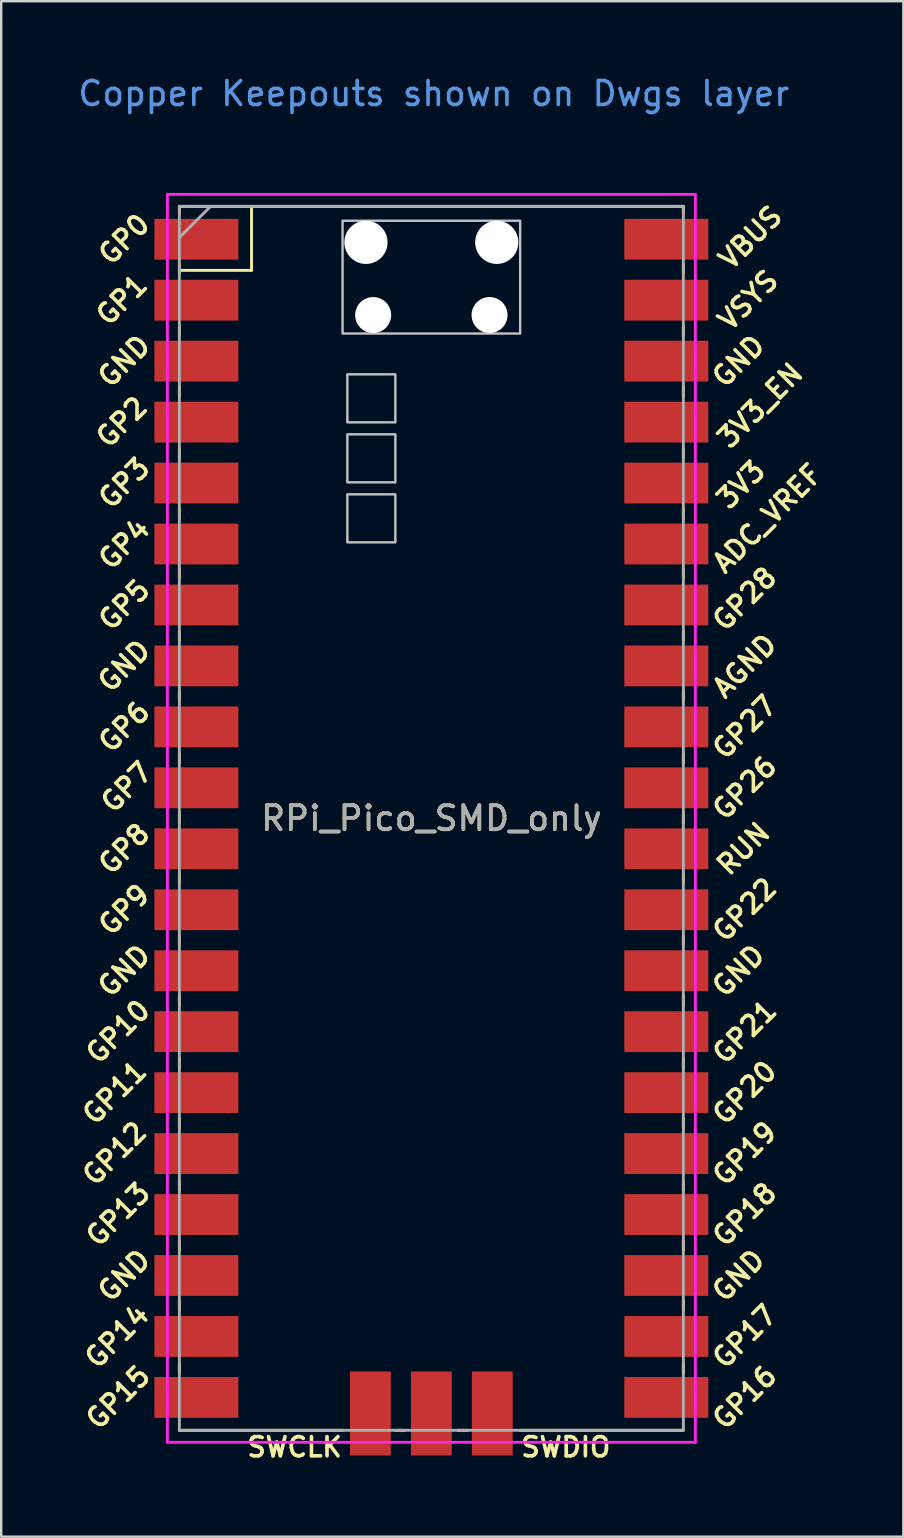
<source format=kicad_pcb>
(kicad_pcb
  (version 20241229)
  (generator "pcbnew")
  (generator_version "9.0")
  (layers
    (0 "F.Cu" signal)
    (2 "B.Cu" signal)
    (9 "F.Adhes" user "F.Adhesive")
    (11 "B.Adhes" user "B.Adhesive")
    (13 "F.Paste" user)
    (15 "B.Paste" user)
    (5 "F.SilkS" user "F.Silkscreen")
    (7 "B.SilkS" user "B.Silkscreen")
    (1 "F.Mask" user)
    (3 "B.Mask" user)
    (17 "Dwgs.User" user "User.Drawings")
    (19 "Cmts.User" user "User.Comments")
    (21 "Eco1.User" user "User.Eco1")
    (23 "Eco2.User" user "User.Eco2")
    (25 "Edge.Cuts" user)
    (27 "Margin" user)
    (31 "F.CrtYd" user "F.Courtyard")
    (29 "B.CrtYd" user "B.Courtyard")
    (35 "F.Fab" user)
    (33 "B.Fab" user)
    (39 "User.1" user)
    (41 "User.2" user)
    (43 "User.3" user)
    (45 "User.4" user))
  (footprint "RPi_Pico_SMD_only"
    (layer "F.Cu")
    (at 14.924 31.048)
    (property "Reference" "RPi_Pico_SMD_only" (at 0 0 0) (layer "F.SilkS") (effects (font (size 1 1) (thickness 0.15))))
    (attr through_hole)
    (fp_line (start -10.5 -25.5) (end -10.5 -25.2) (stroke (width 0.12) (type solid)) (layer "F.SilkS"))
    (fp_line (start -10.5 -25.5) (end 10.5 -25.5) (stroke (width 0.12) (type solid)) (layer "F.SilkS"))
    (fp_line (start -10.5 -23.1) (end -10.5 -22.7) (stroke (width 0.12) (type solid)) (layer "F.SilkS"))
    (fp_line (start -10.5 -22.833) (end -7.493 -22.833) (stroke (width 0.12) (type solid)) (layer "F.SilkS"))
    (fp_line (start -10.5 -20.5) (end -10.5 -20.1) (stroke (width 0.12) (type solid)) (layer "F.SilkS"))
    (fp_line (start -10.5 -18) (end -10.5 -17.6) (stroke (width 0.12) (type solid)) (layer "F.SilkS"))
    (fp_line (start -10.5 -15.4) (end -10.5 -15) (stroke (width 0.12) (type solid)) (layer "F.SilkS"))
    (fp_line (start -10.5 -12.9) (end -10.5 -12.5) (stroke (width 0.12) (type solid)) (layer "F.SilkS"))
    (fp_line (start -10.5 -10.4) (end -10.5 -10) (stroke (width 0.12) (type solid)) (layer "F.SilkS"))
    (fp_line (start -10.5 -7.8) (end -10.5 -7.4) (stroke (width 0.12) (type solid)) (layer "F.SilkS"))
    (fp_line (start -10.5 -5.3) (end -10.5 -4.9) (stroke (width 0.12) (type solid)) (layer "F.SilkS"))
    (fp_line (start -10.5 -2.7) (end -10.5 -2.3) (stroke (width 0.12) (type solid)) (layer "F.SilkS"))
    (fp_line (start -10.5 -0.2) (end -10.5 0.2) (stroke (width 0.12) (type solid)) (layer "F.SilkS"))
    (fp_line (start -10.5 2.3) (end -10.5 2.7) (stroke (width 0.12) (type solid)) (layer "F.SilkS"))
    (fp_line (start -10.5 4.9) (end -10.5 5.3) (stroke (width 0.12) (type solid)) (layer "F.SilkS"))
    (fp_line (start -10.5 7.4) (end -10.5 7.8) (stroke (width 0.12) (type solid)) (layer "F.SilkS"))
    (fp_line (start -10.5 10) (end -10.5 10.4) (stroke (width 0.12) (type solid)) (layer "F.SilkS"))
    (fp_line (start -10.5 12.5) (end -10.5 12.9) (stroke (width 0.12) (type solid)) (layer "F.SilkS"))
    (fp_line (start -10.5 15.1) (end -10.5 15.5) (stroke (width 0.12) (type solid)) (layer "F.SilkS"))
    (fp_line (start -10.5 17.6) (end -10.5 18) (stroke (width 0.12) (type solid)) (layer "F.SilkS"))
    (fp_line (start -10.5 20.1) (end -10.5 20.5) (stroke (width 0.12) (type solid)) (layer "F.SilkS"))
    (fp_line (start -10.5 22.7) (end -10.5 23.1) (stroke (width 0.12) (type solid)) (layer "F.SilkS"))
    (fp_line (start -7.493 -22.833) (end -7.493 -25.5) (stroke (width 0.12) (type solid)) (layer "F.SilkS"))
    (fp_line (start -3.7 25.5) (end -10.5 25.5) (stroke (width 0.12) (type solid)) (layer "F.SilkS"))
    (fp_line (start -1.5 25.5) (end -1.1 25.5) (stroke (width 0.12) (type solid)) (layer "F.SilkS"))
    (fp_line (start 1.1 25.5) (end 1.5 25.5) (stroke (width 0.12) (type solid)) (layer "F.SilkS"))
    (fp_line (start 10.5 -25.5) (end 10.5 -25.2) (stroke (width 0.12) (type solid)) (layer "F.SilkS"))
    (fp_line (start 10.5 -23.1) (end 10.5 -22.7) (stroke (width 0.12) (type solid)) (layer "F.SilkS"))
    (fp_line (start 10.5 -20.5) (end 10.5 -20.1) (stroke (width 0.12) (type solid)) (layer "F.SilkS"))
    (fp_line (start 10.5 -18) (end 10.5 -17.6) (stroke (width 0.12) (type solid)) (layer "F.SilkS"))
    (fp_line (start 10.5 -15.4) (end 10.5 -15) (stroke (width 0.12) (type solid)) (layer "F.SilkS"))
    (fp_line (start 10.5 -12.9) (end 10.5 -12.5) (stroke (width 0.12) (type solid)) (layer "F.SilkS"))
    (fp_line (start 10.5 -10.4) (end 10.5 -10) (stroke (width 0.12) (type solid)) (layer "F.SilkS"))
    (fp_line (start 10.5 -7.8) (end 10.5 -7.4) (stroke (width 0.12) (type solid)) (layer "F.SilkS"))
    (fp_line (start 10.5 -5.3) (end 10.5 -4.9) (stroke (width 0.12) (type solid)) (layer "F.SilkS"))
    (fp_line (start 10.5 -2.7) (end 10.5 -2.3) (stroke (width 0.12) (type solid)) (layer "F.SilkS"))
    (fp_line (start 10.5 -0.2) (end 10.5 0.2) (stroke (width 0.12) (type solid)) (layer "F.SilkS"))
    (fp_line (start 10.5 2.3) (end 10.5 2.7) (stroke (width 0.12) (type solid)) (layer "F.SilkS"))
    (fp_line (start 10.5 4.9) (end 10.5 5.3) (stroke (width 0.12) (type solid)) (layer "F.SilkS"))
    (fp_line (start 10.5 7.4) (end 10.5 7.8) (stroke (width 0.12) (type solid)) (layer "F.SilkS"))
    (fp_line (start 10.5 10) (end 10.5 10.4) (stroke (width 0.12) (type solid)) (layer "F.SilkS"))
    (fp_line (start 10.5 12.5) (end 10.5 12.9) (stroke (width 0.12) (type solid)) (layer "F.SilkS"))
    (fp_line (start 10.5 15.1) (end 10.5 15.5) (stroke (width 0.12) (type solid)) (layer "F.SilkS"))
    (fp_line (start 10.5 17.6) (end 10.5 18) (stroke (width 0.12) (type solid)) (layer "F.SilkS"))
    (fp_line (start 10.5 20.1) (end 10.5 20.5) (stroke (width 0.12) (type solid)) (layer "F.SilkS"))
    (fp_line (start 10.5 22.7) (end 10.5 23.1) (stroke (width 0.12) (type solid)) (layer "F.SilkS"))
    (fp_line (start 10.5 25.5) (end 3.7 25.5) (stroke (width 0.12) (type solid)) (layer "F.SilkS"))
    (fp_poly (pts (xy -1.5 -16.5) (xy -3.5 -16.5) (xy -3.5 -18.5) (xy -1.5 -18.5)) (stroke (width 0.1) (type solid)) (fill no) (layer "Dwgs.User"))
    (fp_poly (pts (xy -1.5 -14) (xy -3.5 -14) (xy -3.5 -16) (xy -1.5 -16)) (stroke (width 0.1) (type solid)) (fill no) (layer "Dwgs.User"))
    (fp_poly (pts (xy -1.5 -11.5) (xy -3.5 -11.5) (xy -3.5 -13.5) (xy -1.5 -13.5)) (stroke (width 0.1) (type solid)) (fill no) (layer "Dwgs.User"))
    (fp_poly (pts (xy 3.7 -20.2) (xy -3.7 -20.2) (xy -3.7 -24.9) (xy 3.7 -24.9)) (stroke (width 0.1) (type solid)) (fill no) (layer "Dwgs.User"))
    (fp_line (start -11 -26) (end 11 -26) (stroke (width 0.12) (type solid)) (layer "F.CrtYd"))
    (fp_line (start -11 26) (end -11 -26) (stroke (width 0.12) (type solid)) (layer "F.CrtYd"))
    (fp_line (start 11 -26) (end 11 26) (stroke (width 0.12) (type solid)) (layer "F.CrtYd"))
    (fp_line (start 11 26) (end -11 26) (stroke (width 0.12) (type solid)) (layer "F.CrtYd"))
    (fp_line (start -10.5 -25.5) (end 10.5 -25.5) (stroke (width 0.12) (type solid)) (layer "F.Fab"))
    (fp_line (start -10.5 -24.2) (end -9.2 -25.5) (stroke (width 0.12) (type solid)) (layer "F.Fab"))
    (fp_line (start -10.5 25.5) (end -10.5 -25.5) (stroke (width 0.12) (type solid)) (layer "F.Fab"))
    (fp_line (start 10.5 -25.5) (end 10.5 25.5) (stroke (width 0.12) (type solid)) (layer "F.Fab"))
    (fp_line (start 10.5 25.5) (end -10.5 25.5) (stroke (width 0.12) (type solid)) (layer "F.Fab"))
    (fp_text user "GP27" (at 13.054 -3.8 45) (layer "F.SilkS") (effects (font (size 0.8 0.8) (thickness 0.15))))
    (fp_text user "GP17" (at 13.054 21.59 45) (layer "F.SilkS") (effects (font (size 0.8 0.8) (thickness 0.15))))
    (fp_text user "GP5" (at -12.8 -8.89 45) (layer "F.SilkS") (effects (font (size 0.8 0.8) (thickness 0.15))))
    (fp_text user "GP1" (at -12.9 -21.6 45) (layer "F.SilkS") (effects (font (size 0.8 0.8) (thickness 0.15))))
    (fp_text user "GP19" (at 13.054 13.97 45) (layer "F.SilkS") (effects (font (size 0.8 0.8) (thickness 0.15))))
    (fp_text user "GP18" (at 13.054 16.51 45) (layer "F.SilkS") (effects (font (size 0.8 0.8) (thickness 0.15))))
    (fp_text user "VBUS" (at 13.3 -24.2 45) (layer "F.SilkS") (effects (font (size 0.8 0.8) (thickness 0.15))))
    (fp_text user "GP7" (at -12.7 -1.3 45) (layer "F.SilkS") (effects (font (size 0.8 0.8) (thickness 0.15))))
    (fp_text user "GP26" (at 13.054 -1.27 45) (layer "F.SilkS") (effects (font (size 0.8 0.8) (thickness 0.15))))
    (fp_text user "GP16" (at 13.054 24.13 45) (layer "F.SilkS") (effects (font (size 0.8 0.8) (thickness 0.15))))
    (fp_text user "3V3_EN" (at 13.7 -17.2 45) (layer "F.SilkS") (effects (font (size 0.8 0.8) (thickness 0.15))))
    (fp_text user "GP6" (at -12.8 -3.81 45) (layer "F.SilkS") (effects (font (size 0.8 0.8) (thickness 0.15))))
    (fp_text user "GP3" (at -12.8 -13.97 45) (layer "F.SilkS") (effects (font (size 0.8 0.8) (thickness 0.15))))
    (fp_text user "GP8" (at -12.8 1.27 45) (layer "F.SilkS") (effects (font (size 0.8 0.8) (thickness 0.15))))
    (fp_text user "GP22" (at 13.054 3.81 45) (layer "F.SilkS") (effects (font (size 0.8 0.8) (thickness 0.15))))
    (fp_text user "VSYS" (at 13.2 -21.59 45) (layer "F.SilkS") (effects (font (size 0.8 0.8) (thickness 0.15))))
    (fp_text user "GND" (at -12.8 -19.05 45) (layer "F.SilkS") (effects (font (size 0.8 0.8) (thickness 0.15))))
    (fp_text user "GND" (at -12.8 -6.35 45) (layer "F.SilkS") (effects (font (size 0.8 0.8) (thickness 0.15))))
    (fp_text user "AGND" (at 13.054 -6.35 45) (layer "F.SilkS") (effects (font (size 0.8 0.8) (thickness 0.15))))
    (fp_text user "GP20" (at 13.054 11.43 45) (layer "F.SilkS") (effects (font (size 0.8 0.8) (thickness 0.15))))
    (fp_text user "GND" (at 12.8 -19.05 45) (layer "F.SilkS") (effects (font (size 0.8 0.8) (thickness 0.15))))
    (fp_text user "3V3" (at 12.9 -13.9 45) (layer "F.SilkS") (effects (font (size 0.8 0.8) (thickness 0.15))))
    (fp_text user "GP11" (at -13.2 11.43 45) (layer "F.SilkS") (effects (font (size 0.8 0.8) (thickness 0.15))))
    (fp_text user "GP12" (at -13.2 13.97 45) (layer "F.SilkS") (effects (font (size 0.8 0.8) (thickness 0.15))))
    (fp_text user "SWDIO" (at 5.6 26.2 0) (layer "F.SilkS") (effects (font (size 0.8 0.8) (thickness 0.15))))
    (fp_text user "RUN" (at 13 1.27 45) (layer "F.SilkS") (effects (font (size 0.8 0.8) (thickness 0.15))))
    (fp_text user "GP10" (at -13.054 8.89 45) (layer "F.SilkS") (effects (font (size 0.8 0.8) (thickness 0.15))))
    (fp_text user "GND" (at -12.8 6.35 45) (layer "F.SilkS") (effects (font (size 0.8 0.8) (thickness 0.15))))
    (fp_text user "GP28" (at 13.054 -9.144 45) (layer "F.SilkS") (effects (font (size 0.8 0.8) (thickness 0.15))))
    (fp_text user "ADC_VREF" (at 14 -12.5 45) (layer "F.SilkS") (effects (font (size 0.8 0.8) (thickness 0.15))))
    (fp_text user "GP9" (at -12.8 3.81 45) (layer "F.SilkS") (effects (font (size 0.8 0.8) (thickness 0.15))))
    (fp_text user "GP13" (at -13.054 16.51 45) (layer "F.SilkS") (effects (font (size 0.8 0.8) (thickness 0.15))))
    (fp_text user "GP14" (at -13.1 21.59 45) (layer "F.SilkS") (effects (font (size 0.8 0.8) (thickness 0.15))))
    (fp_text user "GP0" (at -12.8 -24.13 45) (layer "F.SilkS") (effects (font (size 0.8 0.8) (thickness 0.15))))
    (fp_text user "GP4" (at -12.8 -11.43 45) (layer "F.SilkS") (effects (font (size 0.8 0.8) (thickness 0.15))))
    (fp_text user "GND" (at 12.8 19.05 45) (layer "F.SilkS") (effects (font (size 0.8 0.8) (thickness 0.15))))
    (fp_text user "SWCLK" (at -5.7 26.2 0) (layer "F.SilkS") (effects (font (size 0.8 0.8) (thickness 0.15))))
    (fp_text user "GND" (at 12.8 6.35 45) (layer "F.SilkS") (effects (font (size 0.8 0.8) (thickness 0.15))))
    (fp_text user "GP15" (at -13.054 24.13 45) (layer "F.SilkS") (effects (font (size 0.8 0.8) (thickness 0.15))))
    (fp_text user "GP21" (at 13.054 8.9 45) (layer "F.SilkS") (effects (font (size 0.8 0.8) (thickness 0.15))))
    (fp_text user "GND" (at -12.8 19.05 45) (layer "F.SilkS") (effects (font (size 0.8 0.8) (thickness 0.15))))
    (fp_text user "GP2" (at -12.9 -16.51 45) (layer "F.SilkS") (effects (font (size 0.8 0.8) (thickness 0.15))))
    (fp_text user "Copper Keepouts shown on Dwgs layer" (at 0.1 -30.2 0) (layer "Cmts.User") (effects (font (size 1 1) (thickness 0.15))))
    (fp_text user "${REFERENCE}" (at 0 0 180) (layer "F.Fab") (effects (font (size 1 1) (thickness 0.15))))
    (pad "" np_thru_hole oval (at -2.725 -24) (size 1.8 1.8) (drill 1.8) (layers "*.Cu" "*.Mask"))
    (pad "" np_thru_hole oval (at -2.425 -20.97) (size 1.5 1.5) (drill 1.5) (layers "*.Cu" "*.Mask"))
    (pad "" np_thru_hole oval (at 2.425 -20.97) (size 1.5 1.5) (drill 1.5) (layers "*.Cu" "*.Mask"))
    (pad "" np_thru_hole oval (at 2.725 -24) (size 1.8 1.8) (drill 1.8) (layers "*.Cu" "*.Mask"))
    (pad "1" smd rect (at -8.89 -24.13) (size 3.5 1.7) (drill (offset -0.9 0)) (layers "F.Cu" "F.Mask"))
    (pad "2" smd rect (at -8.89 -21.59) (size 3.5 1.7) (drill (offset -0.9 0)) (layers "F.Cu" "F.Mask"))
    (pad "3" smd rect (at -8.89 -19.05) (size 3.5 1.7) (drill (offset -0.9 0)) (layers "F.Cu" "F.Mask"))
    (pad "4" smd rect (at -8.89 -16.51) (size 3.5 1.7) (drill (offset -0.9 0)) (layers "F.Cu" "F.Mask"))
    (pad "5" smd rect (at -8.89 -13.97) (size 3.5 1.7) (drill (offset -0.9 0)) (layers "F.Cu" "F.Mask"))
    (pad "6" smd rect (at -8.89 -11.43) (size 3.5 1.7) (drill (offset -0.9 0)) (layers "F.Cu" "F.Mask"))
    (pad "7" smd rect (at -8.89 -8.89) (size 3.5 1.7) (drill (offset -0.9 0)) (layers "F.Cu" "F.Mask"))
    (pad "8" smd rect (at -8.89 -6.35) (size 3.5 1.7) (drill (offset -0.9 0)) (layers "F.Cu" "F.Mask"))
    (pad "9" smd rect (at -8.89 -3.81) (size 3.5 1.7) (drill (offset -0.9 0)) (layers "F.Cu" "F.Mask"))
    (pad "10" smd rect (at -8.89 -1.27) (size 3.5 1.7) (drill (offset -0.9 0)) (layers "F.Cu" "F.Mask"))
    (pad "11" smd rect (at -8.89 1.27) (size 3.5 1.7) (drill (offset -0.9 0)) (layers "F.Cu" "F.Mask"))
    (pad "12" smd rect (at -8.89 3.81) (size 3.5 1.7) (drill (offset -0.9 0)) (layers "F.Cu" "F.Mask"))
    (pad "13" smd rect (at -8.89 6.35) (size 3.5 1.7) (drill (offset -0.9 0)) (layers "F.Cu" "F.Mask"))
    (pad "14" smd rect (at -8.89 8.89) (size 3.5 1.7) (drill (offset -0.9 0)) (layers "F.Cu" "F.Mask"))
    (pad "15" smd rect (at -8.89 11.43) (size 3.5 1.7) (drill (offset -0.9 0)) (layers "F.Cu" "F.Mask"))
    (pad "16" smd rect (at -8.89 13.97) (size 3.5 1.7) (drill (offset -0.9 0)) (layers "F.Cu" "F.Mask"))
    (pad "17" smd rect (at -8.89 16.51) (size 3.5 1.7) (drill (offset -0.9 0)) (layers "F.Cu" "F.Mask"))
    (pad "18" smd rect (at -8.89 19.05) (size 3.5 1.7) (drill (offset -0.9 0)) (layers "F.Cu" "F.Mask"))
    (pad "19" smd rect (at -8.89 21.59) (size 3.5 1.7) (drill (offset -0.9 0)) (layers "F.Cu" "F.Mask"))
    (pad "20" smd rect (at -8.89 24.13) (size 3.5 1.7) (drill (offset -0.9 0)) (layers "F.Cu" "F.Mask"))
    (pad "21" smd rect (at 8.89 24.13) (size 3.5 1.7) (drill (offset 0.9 0)) (layers "F.Cu" "F.Mask"))
    (pad "22" smd rect (at 8.89 21.59) (size 3.5 1.7) (drill (offset 0.9 0)) (layers "F.Cu" "F.Mask"))
    (pad "23" smd rect (at 8.89 19.05) (size 3.5 1.7) (drill (offset 0.9 0)) (layers "F.Cu" "F.Mask"))
    (pad "24" smd rect (at 8.89 16.51) (size 3.5 1.7) (drill (offset 0.9 0)) (layers "F.Cu" "F.Mask"))
    (pad "25" smd rect (at 8.89 13.97) (size 3.5 1.7) (drill (offset 0.9 0)) (layers "F.Cu" "F.Mask"))
    (pad "26" smd rect (at 8.89 11.43) (size 3.5 1.7) (drill (offset 0.9 0)) (layers "F.Cu" "F.Mask"))
    (pad "27" smd rect (at 8.89 8.89) (size 3.5 1.7) (drill (offset 0.9 0)) (layers "F.Cu" "F.Mask"))
    (pad "28" smd rect (at 8.89 6.35) (size 3.5 1.7) (drill (offset 0.9 0)) (layers "F.Cu" "F.Mask"))
    (pad "29" smd rect (at 8.89 3.81) (size 3.5 1.7) (drill (offset 0.9 0)) (layers "F.Cu" "F.Mask"))
    (pad "30" smd rect (at 8.89 1.27) (size 3.5 1.7) (drill (offset 0.9 0)) (layers "F.Cu" "F.Mask"))
    (pad "31" smd rect (at 8.89 -1.27) (size 3.5 1.7) (drill (offset 0.9 0)) (layers "F.Cu" "F.Mask"))
    (pad "32" smd rect (at 8.89 -3.81) (size 3.5 1.7) (drill (offset 0.9 0)) (layers "F.Cu" "F.Mask"))
    (pad "33" smd rect (at 8.89 -6.35) (size 3.5 1.7) (drill (offset 0.9 0)) (layers "F.Cu" "F.Mask"))
    (pad "34" smd rect (at 8.89 -8.89) (size 3.5 1.7) (drill (offset 0.9 0)) (layers "F.Cu" "F.Mask"))
    (pad "35" smd rect (at 8.89 -11.43) (size 3.5 1.7) (drill (offset 0.9 0)) (layers "F.Cu" "F.Mask"))
    (pad "36" smd rect (at 8.89 -13.97) (size 3.5 1.7) (drill (offset 0.9 0)) (layers "F.Cu" "F.Mask"))
    (pad "37" smd rect (at 8.89 -16.51) (size 3.5 1.7) (drill (offset 0.9 0)) (layers "F.Cu" "F.Mask"))
    (pad "38" smd rect (at 8.89 -19.05) (size 3.5 1.7) (drill (offset 0.9 0)) (layers "F.Cu" "F.Mask"))
    (pad "39" smd rect (at 8.89 -21.59) (size 3.5 1.7) (drill (offset 0.9 0)) (layers "F.Cu" "F.Mask"))
    (pad "40" smd rect (at 8.89 -24.13) (size 3.5 1.7) (drill (offset 0.9 0)) (layers "F.Cu" "F.Mask"))
    (pad "41" smd rect (at -2.54 23.9 90) (size 3.5 1.7) (drill (offset -0.9 0)) (layers "F.Cu" "F.Mask"))
    (pad "42" smd rect (at 0 23.9 90) (size 3.5 1.7) (drill (offset -0.9 0)) (layers "F.Cu" "F.Mask"))
    (pad "43" smd rect (at 2.54 23.9 90) (size 3.5 1.7) (drill (offset -0.9 0)) (layers "F.Cu" "F.Mask")))
  (gr_rect
    (start -3 -3)
    (end 34.591 60.98)
    (stroke (width 0.1) (type default))
    (fill no)
    (layer "Edge.Cuts")))
</source>
